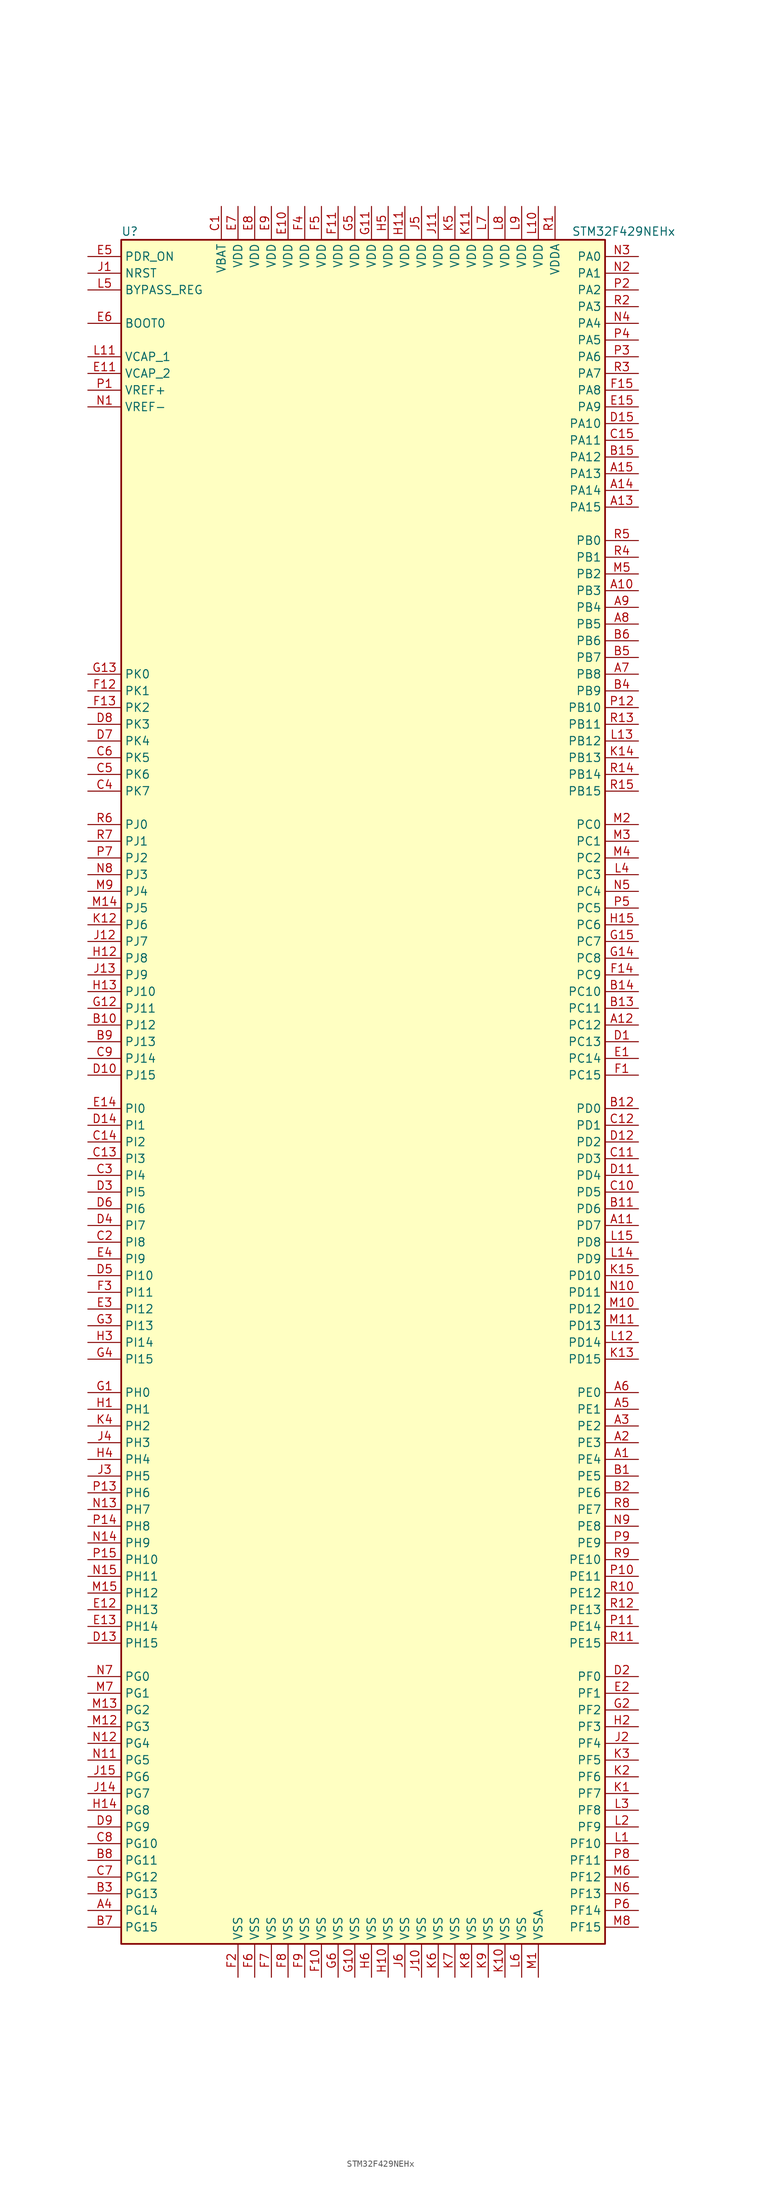
<source format=kicad_sym>
(kicad_symbol_lib
  (version 20220914)
  (generator kicad_symbol_editor)
  (symbol "STM32F429NEHx"
    (property "Reference" "U"
      (at -38.1 130.81 0)
      (effects (font (size 1.27 1.27)) (justify left)))
    (property "Value" "STM32F429NEHx"
      (at 30.48 130.81 0)
      (effects (font (size 1.27 1.27)) (justify left)))
    (symbol "STM32F429NEHx_0_1"
      (rectangle (start -38.1 -129.54) (end 35.56 129.54) (stroke (width 0.254) (type default)) (fill (type background))))
    (symbol "STM32F429NEHx_1_1"
      (pin bidirectional line (at 40.64 -55.88 180) (length 5.08) (name "PE4" (effects (font (size 1.27 1.27)))) (number "A1" (effects (font (size 1.27 1.27)))))
      (pin bidirectional line (at 40.64 76.2 180) (length 5.08) (name "PB3" (effects (font (size 1.27 1.27)))) (number "A10" (effects (font (size 1.27 1.27)))))
      (pin bidirectional line (at 40.64 -20.32 180) (length 5.08) (name "PD7" (effects (font (size 1.27 1.27)))) (number "A11" (effects (font (size 1.27 1.27)))))
      (pin bidirectional line (at 40.64 10.16 180) (length 5.08) (name "PC12" (effects (font (size 1.27 1.27)))) (number "A12" (effects (font (size 1.27 1.27)))))
      (pin bidirectional line (at 40.64 88.9 180) (length 5.08) (name "PA15" (effects (font (size 1.27 1.27)))) (number "A13" (effects (font (size 1.27 1.27)))))
      (pin bidirectional line (at 40.64 91.44 180) (length 5.08) (name "PA14" (effects (font (size 1.27 1.27)))) (number "A14" (effects (font (size 1.27 1.27)))))
      (pin bidirectional line (at 40.64 93.98 180) (length 5.08) (name "PA13" (effects (font (size 1.27 1.27)))) (number "A15" (effects (font (size 1.27 1.27)))))
      (pin bidirectional line (at 40.64 -53.34 180) (length 5.08) (name "PE3" (effects (font (size 1.27 1.27)))) (number "A2" (effects (font (size 1.27 1.27)))))
      (pin bidirectional line (at 40.64 -50.8 180) (length 5.08) (name "PE2" (effects (font (size 1.27 1.27)))) (number "A3" (effects (font (size 1.27 1.27)))))
      (pin bidirectional line (at -43.18 -124.46 0) (length 5.08) (name "PG14" (effects (font (size 1.27 1.27)))) (number "A4" (effects (font (size 1.27 1.27)))))
      (pin bidirectional line (at 40.64 -48.26 180) (length 5.08) (name "PE1" (effects (font (size 1.27 1.27)))) (number "A5" (effects (font (size 1.27 1.27)))))
      (pin bidirectional line (at 40.64 -45.72 180) (length 5.08) (name "PE0" (effects (font (size 1.27 1.27)))) (number "A6" (effects (font (size 1.27 1.27)))))
      (pin bidirectional line (at 40.64 63.5 180) (length 5.08) (name "PB8" (effects (font (size 1.27 1.27)))) (number "A7" (effects (font (size 1.27 1.27)))))
      (pin bidirectional line (at 40.64 71.12 180) (length 5.08) (name "PB5" (effects (font (size 1.27 1.27)))) (number "A8" (effects (font (size 1.27 1.27)))))
      (pin bidirectional line (at 40.64 73.66 180) (length 5.08) (name "PB4" (effects (font (size 1.27 1.27)))) (number "A9" (effects (font (size 1.27 1.27)))))
      (pin bidirectional line (at 40.64 -58.42 180) (length 5.08) (name "PE5" (effects (font (size 1.27 1.27)))) (number "B1" (effects (font (size 1.27 1.27)))))
      (pin bidirectional line (at -43.18 10.16 0) (length 5.08) (name "PJ12" (effects (font (size 1.27 1.27)))) (number "B10" (effects (font (size 1.27 1.27)))))
      (pin bidirectional line (at 40.64 -17.78 180) (length 5.08) (name "PD6" (effects (font (size 1.27 1.27)))) (number "B11" (effects (font (size 1.27 1.27)))))
      (pin bidirectional line (at 40.64 -2.54 180) (length 5.08) (name "PD0" (effects (font (size 1.27 1.27)))) (number "B12" (effects (font (size 1.27 1.27)))))
      (pin bidirectional line (at 40.64 12.7 180) (length 5.08) (name "PC11" (effects (font (size 1.27 1.27)))) (number "B13" (effects (font (size 1.27 1.27)))))
      (pin bidirectional line (at 40.64 15.24 180) (length 5.08) (name "PC10" (effects (font (size 1.27 1.27)))) (number "B14" (effects (font (size 1.27 1.27)))))
      (pin bidirectional line (at 40.64 96.52 180) (length 5.08) (name "PA12" (effects (font (size 1.27 1.27)))) (number "B15" (effects (font (size 1.27 1.27)))))
      (pin bidirectional line (at 40.64 -60.96 180) (length 5.08) (name "PE6" (effects (font (size 1.27 1.27)))) (number "B2" (effects (font (size 1.27 1.27)))))
      (pin bidirectional line (at -43.18 -121.92 0) (length 5.08) (name "PG13" (effects (font (size 1.27 1.27)))) (number "B3" (effects (font (size 1.27 1.27)))))
      (pin bidirectional line (at 40.64 60.96 180) (length 5.08) (name "PB9" (effects (font (size 1.27 1.27)))) (number "B4" (effects (font (size 1.27 1.27)))))
      (pin bidirectional line (at 40.64 66.04 180) (length 5.08) (name "PB7" (effects (font (size 1.27 1.27)))) (number "B5" (effects (font (size 1.27 1.27)))))
      (pin bidirectional line (at 40.64 68.58 180) (length 5.08) (name "PB6" (effects (font (size 1.27 1.27)))) (number "B6" (effects (font (size 1.27 1.27)))))
      (pin bidirectional line (at -43.18 -127 0) (length 5.08) (name "PG15" (effects (font (size 1.27 1.27)))) (number "B7" (effects (font (size 1.27 1.27)))))
      (pin bidirectional line (at -43.18 -116.84 0) (length 5.08) (name "PG11" (effects (font (size 1.27 1.27)))) (number "B8" (effects (font (size 1.27 1.27)))))
      (pin bidirectional line (at -43.18 7.62 0) (length 5.08) (name "PJ13" (effects (font (size 1.27 1.27)))) (number "B9" (effects (font (size 1.27 1.27)))))
      (pin power_in line (at -22.86 134.62 270) (length 5.08) (name "VBAT" (effects (font (size 1.27 1.27)))) (number "C1" (effects (font (size 1.27 1.27)))))
      (pin bidirectional line (at 40.64 -15.24 180) (length 5.08) (name "PD5" (effects (font (size 1.27 1.27)))) (number "C10" (effects (font (size 1.27 1.27)))))
      (pin bidirectional line (at 40.64 -10.16 180) (length 5.08) (name "PD3" (effects (font (size 1.27 1.27)))) (number "C11" (effects (font (size 1.27 1.27)))))
      (pin bidirectional line (at 40.64 -5.08 180) (length 5.08) (name "PD1" (effects (font (size 1.27 1.27)))) (number "C12" (effects (font (size 1.27 1.27)))))
      (pin bidirectional line (at -43.18 -10.16 0) (length 5.08) (name "PI3" (effects (font (size 1.27 1.27)))) (number "C13" (effects (font (size 1.27 1.27)))))
      (pin bidirectional line (at -43.18 -7.62 0) (length 5.08) (name "PI2" (effects (font (size 1.27 1.27)))) (number "C14" (effects (font (size 1.27 1.27)))))
      (pin bidirectional line (at 40.64 99.06 180) (length 5.08) (name "PA11" (effects (font (size 1.27 1.27)))) (number "C15" (effects (font (size 1.27 1.27)))))
      (pin bidirectional line (at -43.18 -22.86 0) (length 5.08) (name "PI8" (effects (font (size 1.27 1.27)))) (number "C2" (effects (font (size 1.27 1.27)))))
      (pin bidirectional line (at -43.18 -12.7 0) (length 5.08) (name "PI4" (effects (font (size 1.27 1.27)))) (number "C3" (effects (font (size 1.27 1.27)))))
      (pin bidirectional line (at -43.18 45.72 0) (length 5.08) (name "PK7" (effects (font (size 1.27 1.27)))) (number "C4" (effects (font (size 1.27 1.27)))))
      (pin bidirectional line (at -43.18 48.26 0) (length 5.08) (name "PK6" (effects (font (size 1.27 1.27)))) (number "C5" (effects (font (size 1.27 1.27)))))
      (pin bidirectional line (at -43.18 50.8 0) (length 5.08) (name "PK5" (effects (font (size 1.27 1.27)))) (number "C6" (effects (font (size 1.27 1.27)))))
      (pin bidirectional line (at -43.18 -119.38 0) (length 5.08) (name "PG12" (effects (font (size 1.27 1.27)))) (number "C7" (effects (font (size 1.27 1.27)))))
      (pin bidirectional line (at -43.18 -114.3 0) (length 5.08) (name "PG10" (effects (font (size 1.27 1.27)))) (number "C8" (effects (font (size 1.27 1.27)))))
      (pin bidirectional line (at -43.18 5.08 0) (length 5.08) (name "PJ14" (effects (font (size 1.27 1.27)))) (number "C9" (effects (font (size 1.27 1.27)))))
      (pin bidirectional line (at 40.64 7.62 180) (length 5.08) (name "PC13" (effects (font (size 1.27 1.27)))) (number "D1" (effects (font (size 1.27 1.27)))))
      (pin bidirectional line (at -43.18 2.54 0) (length 5.08) (name "PJ15" (effects (font (size 1.27 1.27)))) (number "D10" (effects (font (size 1.27 1.27)))))
      (pin bidirectional line (at 40.64 -12.7 180) (length 5.08) (name "PD4" (effects (font (size 1.27 1.27)))) (number "D11" (effects (font (size 1.27 1.27)))))
      (pin bidirectional line (at 40.64 -7.62 180) (length 5.08) (name "PD2" (effects (font (size 1.27 1.27)))) (number "D12" (effects (font (size 1.27 1.27)))))
      (pin bidirectional line (at -43.18 -83.82 0) (length 5.08) (name "PH15" (effects (font (size 1.27 1.27)))) (number "D13" (effects (font (size 1.27 1.27)))))
      (pin bidirectional line (at -43.18 -5.08 0) (length 5.08) (name "PI1" (effects (font (size 1.27 1.27)))) (number "D14" (effects (font (size 1.27 1.27)))))
      (pin bidirectional line (at 40.64 101.6 180) (length 5.08) (name "PA10" (effects (font (size 1.27 1.27)))) (number "D15" (effects (font (size 1.27 1.27)))))
      (pin bidirectional line (at 40.64 -88.9 180) (length 5.08) (name "PF0" (effects (font (size 1.27 1.27)))) (number "D2" (effects (font (size 1.27 1.27)))))
      (pin bidirectional line (at -43.18 -15.24 0) (length 5.08) (name "PI5" (effects (font (size 1.27 1.27)))) (number "D3" (effects (font (size 1.27 1.27)))))
      (pin bidirectional line (at -43.18 -20.32 0) (length 5.08) (name "PI7" (effects (font (size 1.27 1.27)))) (number "D4" (effects (font (size 1.27 1.27)))))
      (pin bidirectional line (at -43.18 -27.94 0) (length 5.08) (name "PI10" (effects (font (size 1.27 1.27)))) (number "D5" (effects (font (size 1.27 1.27)))))
      (pin bidirectional line (at -43.18 -17.78 0) (length 5.08) (name "PI6" (effects (font (size 1.27 1.27)))) (number "D6" (effects (font (size 1.27 1.27)))))
      (pin bidirectional line (at -43.18 53.34 0) (length 5.08) (name "PK4" (effects (font (size 1.27 1.27)))) (number "D7" (effects (font (size 1.27 1.27)))))
      (pin bidirectional line (at -43.18 55.88 0) (length 5.08) (name "PK3" (effects (font (size 1.27 1.27)))) (number "D8" (effects (font (size 1.27 1.27)))))
      (pin bidirectional line (at -43.18 -111.76 0) (length 5.08) (name "PG9" (effects (font (size 1.27 1.27)))) (number "D9" (effects (font (size 1.27 1.27)))))
      (pin bidirectional line (at 40.64 5.08 180) (length 5.08) (name "PC14" (effects (font (size 1.27 1.27)))) (number "E1" (effects (font (size 1.27 1.27)))))
      (pin power_in line (at -12.7 134.62 270) (length 5.08) (name "VDD" (effects (font (size 1.27 1.27)))) (number "E10" (effects (font (size 1.27 1.27)))))
      (pin power_in line (at -43.18 109.22 0) (length 5.08) (name "VCAP_2" (effects (font (size 1.27 1.27)))) (number "E11" (effects (font (size 1.27 1.27)))))
      (pin bidirectional line (at -43.18 -78.74 0) (length 5.08) (name "PH13" (effects (font (size 1.27 1.27)))) (number "E12" (effects (font (size 1.27 1.27)))))
      (pin bidirectional line (at -43.18 -81.28 0) (length 5.08) (name "PH14" (effects (font (size 1.27 1.27)))) (number "E13" (effects (font (size 1.27 1.27)))))
      (pin bidirectional line (at -43.18 -2.54 0) (length 5.08) (name "PI0" (effects (font (size 1.27 1.27)))) (number "E14" (effects (font (size 1.27 1.27)))))
      (pin bidirectional line (at 40.64 104.14 180) (length 5.08) (name "PA9" (effects (font (size 1.27 1.27)))) (number "E15" (effects (font (size 1.27 1.27)))))
      (pin bidirectional line (at 40.64 -91.44 180) (length 5.08) (name "PF1" (effects (font (size 1.27 1.27)))) (number "E2" (effects (font (size 1.27 1.27)))))
      (pin bidirectional line (at -43.18 -33.02 0) (length 5.08) (name "PI12" (effects (font (size 1.27 1.27)))) (number "E3" (effects (font (size 1.27 1.27)))))
      (pin bidirectional line (at -43.18 -25.4 0) (length 5.08) (name "PI9" (effects (font (size 1.27 1.27)))) (number "E4" (effects (font (size 1.27 1.27)))))
      (pin input line (at -43.18 127 0) (length 5.08) (name "PDR_ON" (effects (font (size 1.27 1.27)))) (number "E5" (effects (font (size 1.27 1.27)))))
      (pin input line (at -43.18 116.84 0) (length 5.08) (name "BOOT0" (effects (font (size 1.27 1.27)))) (number "E6" (effects (font (size 1.27 1.27)))))
      (pin power_in line (at -20.32 134.62 270) (length 5.08) (name "VDD" (effects (font (size 1.27 1.27)))) (number "E7" (effects (font (size 1.27 1.27)))))
      (pin power_in line (at -17.78 134.62 270) (length 5.08) (name "VDD" (effects (font (size 1.27 1.27)))) (number "E8" (effects (font (size 1.27 1.27)))))
      (pin power_in line (at -15.24 134.62 270) (length 5.08) (name "VDD" (effects (font (size 1.27 1.27)))) (number "E9" (effects (font (size 1.27 1.27)))))
      (pin bidirectional line (at 40.64 2.54 180) (length 5.08) (name "PC15" (effects (font (size 1.27 1.27)))) (number "F1" (effects (font (size 1.27 1.27)))))
      (pin power_in line (at -7.62 -134.62 90) (length 5.08) (name "VSS" (effects (font (size 1.27 1.27)))) (number "F10" (effects (font (size 1.27 1.27)))))
      (pin power_in line (at -5.08 134.62 270) (length 5.08) (name "VDD" (effects (font (size 1.27 1.27)))) (number "F11" (effects (font (size 1.27 1.27)))))
      (pin bidirectional line (at -43.18 60.96 0) (length 5.08) (name "PK1" (effects (font (size 1.27 1.27)))) (number "F12" (effects (font (size 1.27 1.27)))))
      (pin bidirectional line (at -43.18 58.42 0) (length 5.08) (name "PK2" (effects (font (size 1.27 1.27)))) (number "F13" (effects (font (size 1.27 1.27)))))
      (pin bidirectional line (at 40.64 17.78 180) (length 5.08) (name "PC9" (effects (font (size 1.27 1.27)))) (number "F14" (effects (font (size 1.27 1.27)))))
      (pin bidirectional line (at 40.64 106.68 180) (length 5.08) (name "PA8" (effects (font (size 1.27 1.27)))) (number "F15" (effects (font (size 1.27 1.27)))))
      (pin power_in line (at -20.32 -134.62 90) (length 5.08) (name "VSS" (effects (font (size 1.27 1.27)))) (number "F2" (effects (font (size 1.27 1.27)))))
      (pin bidirectional line (at -43.18 -30.48 0) (length 5.08) (name "PI11" (effects (font (size 1.27 1.27)))) (number "F3" (effects (font (size 1.27 1.27)))))
      (pin power_in line (at -10.16 134.62 270) (length 5.08) (name "VDD" (effects (font (size 1.27 1.27)))) (number "F4" (effects (font (size 1.27 1.27)))))
      (pin power_in line (at -7.62 134.62 270) (length 5.08) (name "VDD" (effects (font (size 1.27 1.27)))) (number "F5" (effects (font (size 1.27 1.27)))))
      (pin power_in line (at -17.78 -134.62 90) (length 5.08) (name "VSS" (effects (font (size 1.27 1.27)))) (number "F6" (effects (font (size 1.27 1.27)))))
      (pin power_in line (at -15.24 -134.62 90) (length 5.08) (name "VSS" (effects (font (size 1.27 1.27)))) (number "F7" (effects (font (size 1.27 1.27)))))
      (pin power_in line (at -12.7 -134.62 90) (length 5.08) (name "VSS" (effects (font (size 1.27 1.27)))) (number "F8" (effects (font (size 1.27 1.27)))))
      (pin power_in line (at -10.16 -134.62 90) (length 5.08) (name "VSS" (effects (font (size 1.27 1.27)))) (number "F9" (effects (font (size 1.27 1.27)))))
      (pin input line (at -43.18 -45.72 0) (length 5.08) (name "PH0" (effects (font (size 1.27 1.27)))) (number "G1" (effects (font (size 1.27 1.27)))))
      (pin power_in line (at -2.54 -134.62 90) (length 5.08) (name "VSS" (effects (font (size 1.27 1.27)))) (number "G10" (effects (font (size 1.27 1.27)))))
      (pin power_in line (at 0 134.62 270) (length 5.08) (name "VDD" (effects (font (size 1.27 1.27)))) (number "G11" (effects (font (size 1.27 1.27)))))
      (pin bidirectional line (at -43.18 12.7 0) (length 5.08) (name "PJ11" (effects (font (size 1.27 1.27)))) (number "G12" (effects (font (size 1.27 1.27)))))
      (pin bidirectional line (at -43.18 63.5 0) (length 5.08) (name "PK0" (effects (font (size 1.27 1.27)))) (number "G13" (effects (font (size 1.27 1.27)))))
      (pin bidirectional line (at 40.64 20.32 180) (length 5.08) (name "PC8" (effects (font (size 1.27 1.27)))) (number "G14" (effects (font (size 1.27 1.27)))))
      (pin bidirectional line (at 40.64 22.86 180) (length 5.08) (name "PC7" (effects (font (size 1.27 1.27)))) (number "G15" (effects (font (size 1.27 1.27)))))
      (pin bidirectional line (at 40.64 -93.98 180) (length 5.08) (name "PF2" (effects (font (size 1.27 1.27)))) (number "G2" (effects (font (size 1.27 1.27)))))
      (pin bidirectional line (at -43.18 -35.56 0) (length 5.08) (name "PI13" (effects (font (size 1.27 1.27)))) (number "G3" (effects (font (size 1.27 1.27)))))
      (pin bidirectional line (at -43.18 -40.64 0) (length 5.08) (name "PI15" (effects (font (size 1.27 1.27)))) (number "G4" (effects (font (size 1.27 1.27)))))
      (pin power_in line (at -2.54 134.62 270) (length 5.08) (name "VDD" (effects (font (size 1.27 1.27)))) (number "G5" (effects (font (size 1.27 1.27)))))
      (pin power_in line (at -5.08 -134.62 90) (length 5.08) (name "VSS" (effects (font (size 1.27 1.27)))) (number "G6" (effects (font (size 1.27 1.27)))))
      (pin input line (at -43.18 -48.26 0) (length 5.08) (name "PH1" (effects (font (size 1.27 1.27)))) (number "H1" (effects (font (size 1.27 1.27)))))
      (pin power_in line (at 2.54 -134.62 90) (length 5.08) (name "VSS" (effects (font (size 1.27 1.27)))) (number "H10" (effects (font (size 1.27 1.27)))))
      (pin power_in line (at 5.08 134.62 270) (length 5.08) (name "VDD" (effects (font (size 1.27 1.27)))) (number "H11" (effects (font (size 1.27 1.27)))))
      (pin bidirectional line (at -43.18 20.32 0) (length 5.08) (name "PJ8" (effects (font (size 1.27 1.27)))) (number "H12" (effects (font (size 1.27 1.27)))))
      (pin bidirectional line (at -43.18 15.24 0) (length 5.08) (name "PJ10" (effects (font (size 1.27 1.27)))) (number "H13" (effects (font (size 1.27 1.27)))))
      (pin bidirectional line (at -43.18 -109.22 0) (length 5.08) (name "PG8" (effects (font (size 1.27 1.27)))) (number "H14" (effects (font (size 1.27 1.27)))))
      (pin bidirectional line (at 40.64 25.4 180) (length 5.08) (name "PC6" (effects (font (size 1.27 1.27)))) (number "H15" (effects (font (size 1.27 1.27)))))
      (pin bidirectional line (at 40.64 -96.52 180) (length 5.08) (name "PF3" (effects (font (size 1.27 1.27)))) (number "H2" (effects (font (size 1.27 1.27)))))
      (pin bidirectional line (at -43.18 -38.1 0) (length 5.08) (name "PI14" (effects (font (size 1.27 1.27)))) (number "H3" (effects (font (size 1.27 1.27)))))
      (pin bidirectional line (at -43.18 -55.88 0) (length 5.08) (name "PH4" (effects (font (size 1.27 1.27)))) (number "H4" (effects (font (size 1.27 1.27)))))
      (pin power_in line (at 2.54 134.62 270) (length 5.08) (name "VDD" (effects (font (size 1.27 1.27)))) (number "H5" (effects (font (size 1.27 1.27)))))
      (pin power_in line (at 0 -134.62 90) (length 5.08) (name "VSS" (effects (font (size 1.27 1.27)))) (number "H6" (effects (font (size 1.27 1.27)))))
      (pin input line (at -43.18 124.46 0) (length 5.08) (name "NRST" (effects (font (size 1.27 1.27)))) (number "J1" (effects (font (size 1.27 1.27)))))
      (pin power_in line (at 7.62 -134.62 90) (length 5.08) (name "VSS" (effects (font (size 1.27 1.27)))) (number "J10" (effects (font (size 1.27 1.27)))))
      (pin power_in line (at 10.16 134.62 270) (length 5.08) (name "VDD" (effects (font (size 1.27 1.27)))) (number "J11" (effects (font (size 1.27 1.27)))))
      (pin bidirectional line (at -43.18 22.86 0) (length 5.08) (name "PJ7" (effects (font (size 1.27 1.27)))) (number "J12" (effects (font (size 1.27 1.27)))))
      (pin bidirectional line (at -43.18 17.78 0) (length 5.08) (name "PJ9" (effects (font (size 1.27 1.27)))) (number "J13" (effects (font (size 1.27 1.27)))))
      (pin bidirectional line (at -43.18 -106.68 0) (length 5.08) (name "PG7" (effects (font (size 1.27 1.27)))) (number "J14" (effects (font (size 1.27 1.27)))))
      (pin bidirectional line (at -43.18 -104.14 0) (length 5.08) (name "PG6" (effects (font (size 1.27 1.27)))) (number "J15" (effects (font (size 1.27 1.27)))))
      (pin bidirectional line (at 40.64 -99.06 180) (length 5.08) (name "PF4" (effects (font (size 1.27 1.27)))) (number "J2" (effects (font (size 1.27 1.27)))))
      (pin bidirectional line (at -43.18 -58.42 0) (length 5.08) (name "PH5" (effects (font (size 1.27 1.27)))) (number "J3" (effects (font (size 1.27 1.27)))))
      (pin bidirectional line (at -43.18 -53.34 0) (length 5.08) (name "PH3" (effects (font (size 1.27 1.27)))) (number "J4" (effects (font (size 1.27 1.27)))))
      (pin power_in line (at 7.62 134.62 270) (length 5.08) (name "VDD" (effects (font (size 1.27 1.27)))) (number "J5" (effects (font (size 1.27 1.27)))))
      (pin power_in line (at 5.08 -134.62 90) (length 5.08) (name "VSS" (effects (font (size 1.27 1.27)))) (number "J6" (effects (font (size 1.27 1.27)))))
      (pin bidirectional line (at 40.64 -106.68 180) (length 5.08) (name "PF7" (effects (font (size 1.27 1.27)))) (number "K1" (effects (font (size 1.27 1.27)))))
      (pin power_in line (at 20.32 -134.62 90) (length 5.08) (name "VSS" (effects (font (size 1.27 1.27)))) (number "K10" (effects (font (size 1.27 1.27)))))
      (pin power_in line (at 15.24 134.62 270) (length 5.08) (name "VDD" (effects (font (size 1.27 1.27)))) (number "K11" (effects (font (size 1.27 1.27)))))
      (pin bidirectional line (at -43.18 25.4 0) (length 5.08) (name "PJ6" (effects (font (size 1.27 1.27)))) (number "K12" (effects (font (size 1.27 1.27)))))
      (pin bidirectional line (at 40.64 -40.64 180) (length 5.08) (name "PD15" (effects (font (size 1.27 1.27)))) (number "K13" (effects (font (size 1.27 1.27)))))
      (pin bidirectional line (at 40.64 50.8 180) (length 5.08) (name "PB13" (effects (font (size 1.27 1.27)))) (number "K14" (effects (font (size 1.27 1.27)))))
      (pin bidirectional line (at 40.64 -27.94 180) (length 5.08) (name "PD10" (effects (font (size 1.27 1.27)))) (number "K15" (effects (font (size 1.27 1.27)))))
      (pin bidirectional line (at 40.64 -104.14 180) (length 5.08) (name "PF6" (effects (font (size 1.27 1.27)))) (number "K2" (effects (font (size 1.27 1.27)))))
      (pin bidirectional line (at 40.64 -101.6 180) (length 5.08) (name "PF5" (effects (font (size 1.27 1.27)))) (number "K3" (effects (font (size 1.27 1.27)))))
      (pin bidirectional line (at -43.18 -50.8 0) (length 5.08) (name "PH2" (effects (font (size 1.27 1.27)))) (number "K4" (effects (font (size 1.27 1.27)))))
      (pin power_in line (at 12.7 134.62 270) (length 5.08) (name "VDD" (effects (font (size 1.27 1.27)))) (number "K5" (effects (font (size 1.27 1.27)))))
      (pin power_in line (at 10.16 -134.62 90) (length 5.08) (name "VSS" (effects (font (size 1.27 1.27)))) (number "K6" (effects (font (size 1.27 1.27)))))
      (pin power_in line (at 12.7 -134.62 90) (length 5.08) (name "VSS" (effects (font (size 1.27 1.27)))) (number "K7" (effects (font (size 1.27 1.27)))))
      (pin power_in line (at 15.24 -134.62 90) (length 5.08) (name "VSS" (effects (font (size 1.27 1.27)))) (number "K8" (effects (font (size 1.27 1.27)))))
      (pin power_in line (at 17.78 -134.62 90) (length 5.08) (name "VSS" (effects (font (size 1.27 1.27)))) (number "K9" (effects (font (size 1.27 1.27)))))
      (pin bidirectional line (at 40.64 -114.3 180) (length 5.08) (name "PF10" (effects (font (size 1.27 1.27)))) (number "L1" (effects (font (size 1.27 1.27)))))
      (pin power_in line (at 25.4 134.62 270) (length 5.08) (name "VDD" (effects (font (size 1.27 1.27)))) (number "L10" (effects (font (size 1.27 1.27)))))
      (pin power_in line (at -43.18 111.76 0) (length 5.08) (name "VCAP_1" (effects (font (size 1.27 1.27)))) (number "L11" (effects (font (size 1.27 1.27)))))
      (pin bidirectional line (at 40.64 -38.1 180) (length 5.08) (name "PD14" (effects (font (size 1.27 1.27)))) (number "L12" (effects (font (size 1.27 1.27)))))
      (pin bidirectional line (at 40.64 53.34 180) (length 5.08) (name "PB12" (effects (font (size 1.27 1.27)))) (number "L13" (effects (font (size 1.27 1.27)))))
      (pin bidirectional line (at 40.64 -25.4 180) (length 5.08) (name "PD9" (effects (font (size 1.27 1.27)))) (number "L14" (effects (font (size 1.27 1.27)))))
      (pin bidirectional line (at 40.64 -22.86 180) (length 5.08) (name "PD8" (effects (font (size 1.27 1.27)))) (number "L15" (effects (font (size 1.27 1.27)))))
      (pin bidirectional line (at 40.64 -111.76 180) (length 5.08) (name "PF9" (effects (font (size 1.27 1.27)))) (number "L2" (effects (font (size 1.27 1.27)))))
      (pin bidirectional line (at 40.64 -109.22 180) (length 5.08) (name "PF8" (effects (font (size 1.27 1.27)))) (number "L3" (effects (font (size 1.27 1.27)))))
      (pin bidirectional line (at 40.64 33.02 180) (length 5.08) (name "PC3" (effects (font (size 1.27 1.27)))) (number "L4" (effects (font (size 1.27 1.27)))))
      (pin input line (at -43.18 121.92 0) (length 5.08) (name "BYPASS_REG" (effects (font (size 1.27 1.27)))) (number "L5" (effects (font (size 1.27 1.27)))))
      (pin power_in line (at 22.86 -134.62 90) (length 5.08) (name "VSS" (effects (font (size 1.27 1.27)))) (number "L6" (effects (font (size 1.27 1.27)))))
      (pin power_in line (at 17.78 134.62 270) (length 5.08) (name "VDD" (effects (font (size 1.27 1.27)))) (number "L7" (effects (font (size 1.27 1.27)))))
      (pin power_in line (at 20.32 134.62 270) (length 5.08) (name "VDD" (effects (font (size 1.27 1.27)))) (number "L8" (effects (font (size 1.27 1.27)))))
      (pin power_in line (at 22.86 134.62 270) (length 5.08) (name "VDD" (effects (font (size 1.27 1.27)))) (number "L9" (effects (font (size 1.27 1.27)))))
      (pin power_in line (at 25.4 -134.62 90) (length 5.08) (name "VSSA" (effects (font (size 1.27 1.27)))) (number "M1" (effects (font (size 1.27 1.27)))))
      (pin bidirectional line (at 40.64 -33.02 180) (length 5.08) (name "PD12" (effects (font (size 1.27 1.27)))) (number "M10" (effects (font (size 1.27 1.27)))))
      (pin bidirectional line (at 40.64 -35.56 180) (length 5.08) (name "PD13" (effects (font (size 1.27 1.27)))) (number "M11" (effects (font (size 1.27 1.27)))))
      (pin bidirectional line (at -43.18 -96.52 0) (length 5.08) (name "PG3" (effects (font (size 1.27 1.27)))) (number "M12" (effects (font (size 1.27 1.27)))))
      (pin bidirectional line (at -43.18 -93.98 0) (length 5.08) (name "PG2" (effects (font (size 1.27 1.27)))) (number "M13" (effects (font (size 1.27 1.27)))))
      (pin bidirectional line (at -43.18 27.94 0) (length 5.08) (name "PJ5" (effects (font (size 1.27 1.27)))) (number "M14" (effects (font (size 1.27 1.27)))))
      (pin bidirectional line (at -43.18 -76.2 0) (length 5.08) (name "PH12" (effects (font (size 1.27 1.27)))) (number "M15" (effects (font (size 1.27 1.27)))))
      (pin bidirectional line (at 40.64 40.64 180) (length 5.08) (name "PC0" (effects (font (size 1.27 1.27)))) (number "M2" (effects (font (size 1.27 1.27)))))
      (pin bidirectional line (at 40.64 38.1 180) (length 5.08) (name "PC1" (effects (font (size 1.27 1.27)))) (number "M3" (effects (font (size 1.27 1.27)))))
      (pin bidirectional line (at 40.64 35.56 180) (length 5.08) (name "PC2" (effects (font (size 1.27 1.27)))) (number "M4" (effects (font (size 1.27 1.27)))))
      (pin bidirectional line (at 40.64 78.74 180) (length 5.08) (name "PB2" (effects (font (size 1.27 1.27)))) (number "M5" (effects (font (size 1.27 1.27)))))
      (pin bidirectional line (at 40.64 -119.38 180) (length 5.08) (name "PF12" (effects (font (size 1.27 1.27)))) (number "M6" (effects (font (size 1.27 1.27)))))
      (pin bidirectional line (at -43.18 -91.44 0) (length 5.08) (name "PG1" (effects (font (size 1.27 1.27)))) (number "M7" (effects (font (size 1.27 1.27)))))
      (pin bidirectional line (at 40.64 -127 180) (length 5.08) (name "PF15" (effects (font (size 1.27 1.27)))) (number "M8" (effects (font (size 1.27 1.27)))))
      (pin bidirectional line (at -43.18 30.48 0) (length 5.08) (name "PJ4" (effects (font (size 1.27 1.27)))) (number "M9" (effects (font (size 1.27 1.27)))))
      (pin power_in line (at -43.18 104.14 0) (length 5.08) (name "VREF-" (effects (font (size 1.27 1.27)))) (number "N1" (effects (font (size 1.27 1.27)))))
      (pin bidirectional line (at 40.64 -30.48 180) (length 5.08) (name "PD11" (effects (font (size 1.27 1.27)))) (number "N10" (effects (font (size 1.27 1.27)))))
      (pin bidirectional line (at -43.18 -101.6 0) (length 5.08) (name "PG5" (effects (font (size 1.27 1.27)))) (number "N11" (effects (font (size 1.27 1.27)))))
      (pin bidirectional line (at -43.18 -99.06 0) (length 5.08) (name "PG4" (effects (font (size 1.27 1.27)))) (number "N12" (effects (font (size 1.27 1.27)))))
      (pin bidirectional line (at -43.18 -63.5 0) (length 5.08) (name "PH7" (effects (font (size 1.27 1.27)))) (number "N13" (effects (font (size 1.27 1.27)))))
      (pin bidirectional line (at -43.18 -68.58 0) (length 5.08) (name "PH9" (effects (font (size 1.27 1.27)))) (number "N14" (effects (font (size 1.27 1.27)))))
      (pin bidirectional line (at -43.18 -73.66 0) (length 5.08) (name "PH11" (effects (font (size 1.27 1.27)))) (number "N15" (effects (font (size 1.27 1.27)))))
      (pin bidirectional line (at 40.64 124.46 180) (length 5.08) (name "PA1" (effects (font (size 1.27 1.27)))) (number "N2" (effects (font (size 1.27 1.27)))))
      (pin bidirectional line (at 40.64 127 180) (length 5.08) (name "PA0" (effects (font (size 1.27 1.27)))) (number "N3" (effects (font (size 1.27 1.27)))))
      (pin bidirectional line (at 40.64 116.84 180) (length 5.08) (name "PA4" (effects (font (size 1.27 1.27)))) (number "N4" (effects (font (size 1.27 1.27)))))
      (pin bidirectional line (at 40.64 30.48 180) (length 5.08) (name "PC4" (effects (font (size 1.27 1.27)))) (number "N5" (effects (font (size 1.27 1.27)))))
      (pin bidirectional line (at 40.64 -121.92 180) (length 5.08) (name "PF13" (effects (font (size 1.27 1.27)))) (number "N6" (effects (font (size 1.27 1.27)))))
      (pin bidirectional line (at -43.18 -88.9 0) (length 5.08) (name "PG0" (effects (font (size 1.27 1.27)))) (number "N7" (effects (font (size 1.27 1.27)))))
      (pin bidirectional line (at -43.18 33.02 0) (length 5.08) (name "PJ3" (effects (font (size 1.27 1.27)))) (number "N8" (effects (font (size 1.27 1.27)))))
      (pin bidirectional line (at 40.64 -66.04 180) (length 5.08) (name "PE8" (effects (font (size 1.27 1.27)))) (number "N9" (effects (font (size 1.27 1.27)))))
      (pin power_in line (at -43.18 106.68 0) (length 5.08) (name "VREF+" (effects (font (size 1.27 1.27)))) (number "P1" (effects (font (size 1.27 1.27)))))
      (pin bidirectional line (at 40.64 -73.66 180) (length 5.08) (name "PE11" (effects (font (size 1.27 1.27)))) (number "P10" (effects (font (size 1.27 1.27)))))
      (pin bidirectional line (at 40.64 -81.28 180) (length 5.08) (name "PE14" (effects (font (size 1.27 1.27)))) (number "P11" (effects (font (size 1.27 1.27)))))
      (pin bidirectional line (at 40.64 58.42 180) (length 5.08) (name "PB10" (effects (font (size 1.27 1.27)))) (number "P12" (effects (font (size 1.27 1.27)))))
      (pin bidirectional line (at -43.18 -60.96 0) (length 5.08) (name "PH6" (effects (font (size 1.27 1.27)))) (number "P13" (effects (font (size 1.27 1.27)))))
      (pin bidirectional line (at -43.18 -66.04 0) (length 5.08) (name "PH8" (effects (font (size 1.27 1.27)))) (number "P14" (effects (font (size 1.27 1.27)))))
      (pin bidirectional line (at -43.18 -71.12 0) (length 5.08) (name "PH10" (effects (font (size 1.27 1.27)))) (number "P15" (effects (font (size 1.27 1.27)))))
      (pin bidirectional line (at 40.64 121.92 180) (length 5.08) (name "PA2" (effects (font (size 1.27 1.27)))) (number "P2" (effects (font (size 1.27 1.27)))))
      (pin bidirectional line (at 40.64 111.76 180) (length 5.08) (name "PA6" (effects (font (size 1.27 1.27)))) (number "P3" (effects (font (size 1.27 1.27)))))
      (pin bidirectional line (at 40.64 114.3 180) (length 5.08) (name "PA5" (effects (font (size 1.27 1.27)))) (number "P4" (effects (font (size 1.27 1.27)))))
      (pin bidirectional line (at 40.64 27.94 180) (length 5.08) (name "PC5" (effects (font (size 1.27 1.27)))) (number "P5" (effects (font (size 1.27 1.27)))))
      (pin bidirectional line (at 40.64 -124.46 180) (length 5.08) (name "PF14" (effects (font (size 1.27 1.27)))) (number "P6" (effects (font (size 1.27 1.27)))))
      (pin bidirectional line (at -43.18 35.56 0) (length 5.08) (name "PJ2" (effects (font (size 1.27 1.27)))) (number "P7" (effects (font (size 1.27 1.27)))))
      (pin bidirectional line (at 40.64 -116.84 180) (length 5.08) (name "PF11" (effects (font (size 1.27 1.27)))) (number "P8" (effects (font (size 1.27 1.27)))))
      (pin bidirectional line (at 40.64 -68.58 180) (length 5.08) (name "PE9" (effects (font (size 1.27 1.27)))) (number "P9" (effects (font (size 1.27 1.27)))))
      (pin power_in line (at 27.94 134.62 270) (length 5.08) (name "VDDA" (effects (font (size 1.27 1.27)))) (number "R1" (effects (font (size 1.27 1.27)))))
      (pin bidirectional line (at 40.64 -76.2 180) (length 5.08) (name "PE12" (effects (font (size 1.27 1.27)))) (number "R10" (effects (font (size 1.27 1.27)))))
      (pin bidirectional line (at 40.64 -83.82 180) (length 5.08) (name "PE15" (effects (font (size 1.27 1.27)))) (number "R11" (effects (font (size 1.27 1.27)))))
      (pin bidirectional line (at 40.64 -78.74 180) (length 5.08) (name "PE13" (effects (font (size 1.27 1.27)))) (number "R12" (effects (font (size 1.27 1.27)))))
      (pin bidirectional line (at 40.64 55.88 180) (length 5.08) (name "PB11" (effects (font (size 1.27 1.27)))) (number "R13" (effects (font (size 1.27 1.27)))))
      (pin bidirectional line (at 40.64 48.26 180) (length 5.08) (name "PB14" (effects (font (size 1.27 1.27)))) (number "R14" (effects (font (size 1.27 1.27)))))
      (pin bidirectional line (at 40.64 45.72 180) (length 5.08) (name "PB15" (effects (font (size 1.27 1.27)))) (number "R15" (effects (font (size 1.27 1.27)))))
      (pin bidirectional line (at 40.64 119.38 180) (length 5.08) (name "PA3" (effects (font (size 1.27 1.27)))) (number "R2" (effects (font (size 1.27 1.27)))))
      (pin bidirectional line (at 40.64 109.22 180) (length 5.08) (name "PA7" (effects (font (size 1.27 1.27)))) (number "R3" (effects (font (size 1.27 1.27)))))
      (pin bidirectional line (at 40.64 81.28 180) (length 5.08) (name "PB1" (effects (font (size 1.27 1.27)))) (number "R4" (effects (font (size 1.27 1.27)))))
      (pin bidirectional line (at 40.64 83.82 180) (length 5.08) (name "PB0" (effects (font (size 1.27 1.27)))) (number "R5" (effects (font (size 1.27 1.27)))))
      (pin bidirectional line (at -43.18 40.64 0) (length 5.08) (name "PJ0" (effects (font (size 1.27 1.27)))) (number "R6" (effects (font (size 1.27 1.27)))))
      (pin bidirectional line (at -43.18 38.1 0) (length 5.08) (name "PJ1" (effects (font (size 1.27 1.27)))) (number "R7" (effects (font (size 1.27 1.27)))))
      (pin bidirectional line (at 40.64 -63.5 180) (length 5.08) (name "PE7" (effects (font (size 1.27 1.27)))) (number "R8" (effects (font (size 1.27 1.27)))))
      (pin bidirectional line (at 40.64 -71.12 180) (length 5.08) (name "PE10" (effects (font (size 1.27 1.27)))) (number "R9" (effects (font (size 1.27 1.27))))))))
</source>
